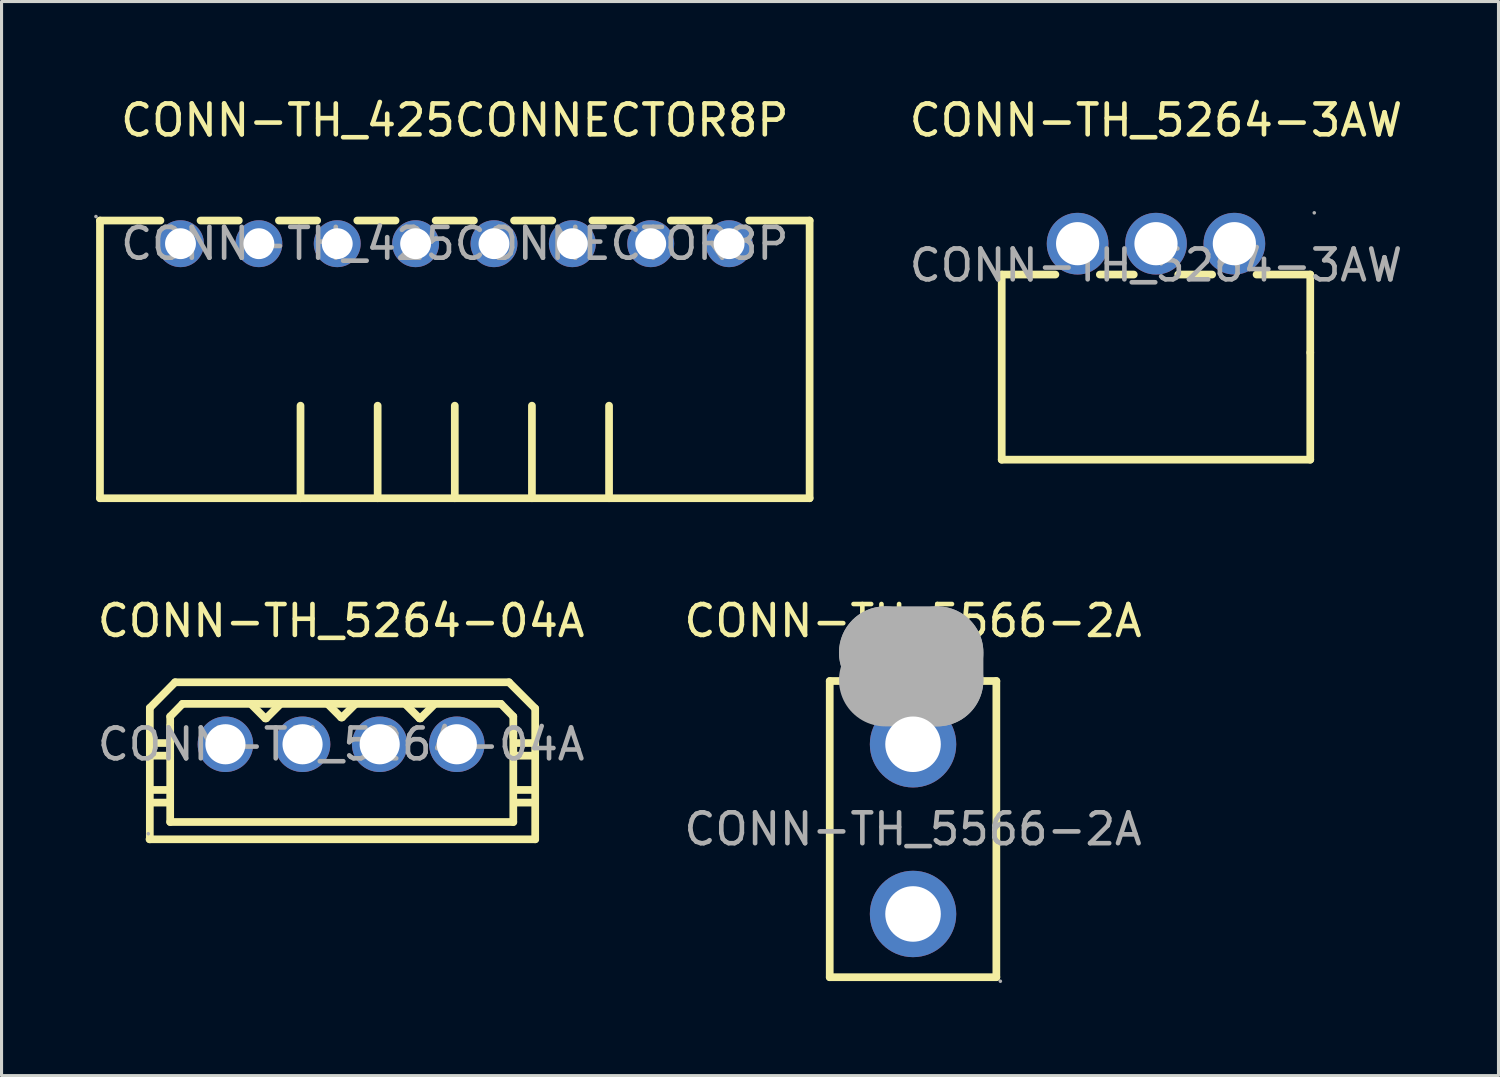
<source format=kicad_pcb>
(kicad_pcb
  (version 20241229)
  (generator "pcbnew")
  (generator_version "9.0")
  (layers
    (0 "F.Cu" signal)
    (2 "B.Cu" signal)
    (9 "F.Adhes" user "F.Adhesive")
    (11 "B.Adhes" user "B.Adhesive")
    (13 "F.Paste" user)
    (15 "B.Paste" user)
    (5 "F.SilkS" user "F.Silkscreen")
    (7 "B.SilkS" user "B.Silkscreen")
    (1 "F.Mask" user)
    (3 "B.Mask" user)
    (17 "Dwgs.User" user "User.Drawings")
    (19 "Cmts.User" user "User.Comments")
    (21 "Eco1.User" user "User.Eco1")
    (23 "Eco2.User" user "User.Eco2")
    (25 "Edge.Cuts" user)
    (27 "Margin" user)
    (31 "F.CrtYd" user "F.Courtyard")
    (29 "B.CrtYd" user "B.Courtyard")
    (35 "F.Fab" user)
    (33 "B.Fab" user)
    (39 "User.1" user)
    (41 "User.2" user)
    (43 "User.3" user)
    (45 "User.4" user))
  (footprint "CONN-TH_5264-04A"
    (layer "F.Cu")
    (at 8.006 21.072)
    (property "Reference" "CONN-TH_5264-04A" (at 0 -4 0) (layer "F.SilkS") (effects (font (size 1 1) (thickness 0.15))))
    (attr through_hole)
    (fp_line (start -6.21 3.08) (end 6.29 3.08) (stroke (width 0.25) (type solid)) (layer "F.SilkS"))
    (fp_line (start -6.2 -1.18) (end -6.2 3.08) (stroke (width 0.25) (type solid)) (layer "F.SilkS"))
    (fp_line (start -6.2 -1.18) (end -5.38 -2.01) (stroke (width 0.25) (type solid)) (layer "F.SilkS"))
    (fp_line (start -6.2 -0.04) (end -5.57 -0.04) (stroke (width 0.25) (type solid)) (layer "F.SilkS"))
    (fp_line (start -6.2 1.48) (end -5.54 1.48) (stroke (width 0.25) (type solid)) (layer "F.SilkS"))
    (fp_line (start -6.2 1.89) (end -5.57 1.89) (stroke (width 0.25) (type solid)) (layer "F.SilkS"))
    (fp_line (start -6.18 0.37) (end -5.54 0.37) (stroke (width 0.25) (type solid)) (layer "F.SilkS"))
    (fp_line (start -5.54 -0.9) (end -5.14 -1.31) (stroke (width 0.25) (type solid)) (layer "F.SilkS"))
    (fp_line (start -5.54 -0.65) (end -5.54 -0.9) (stroke (width 0.25) (type solid)) (layer "F.SilkS"))
    (fp_line (start -5.54 -0.6) (end -5.54 2.52) (stroke (width 0.25) (type solid)) (layer "F.SilkS"))
    (fp_line (start -5.54 2.52) (end 5.58 2.52) (stroke (width 0.25) (type solid)) (layer "F.SilkS"))
    (fp_line (start -5.38 -2.01) (end 5.44 -2.01) (stroke (width 0.25) (type solid)) (layer "F.SilkS"))
    (fp_line (start -5.14 -1.31) (end 5.18 -1.31) (stroke (width 0.25) (type solid)) (layer "F.SilkS"))
    (fp_line (start -2.88 -1.26) (end -2.46 -0.84) (stroke (width 0.25) (type solid)) (layer "F.SilkS"))
    (fp_line (start -2.46 -0.84) (end -2.43 -0.84) (stroke (width 0.25) (type solid)) (layer "F.SilkS"))
    (fp_line (start -2.43 -0.84) (end -2.01 -1.26) (stroke (width 0.25) (type solid)) (layer "F.SilkS"))
    (fp_line (start -0.42 -1.29) (end 0 -0.87) (stroke (width 0.25) (type solid)) (layer "F.SilkS"))
    (fp_line (start 0 -0.87) (end 0.03 -0.87) (stroke (width 0.25) (type solid)) (layer "F.SilkS"))
    (fp_line (start 0.03 -0.87) (end 0.45 -1.29) (stroke (width 0.25) (type solid)) (layer "F.SilkS"))
    (fp_line (start 2.12 -1.26) (end 2.54 -0.84) (stroke (width 0.25) (type solid)) (layer "F.SilkS"))
    (fp_line (start 2.54 -0.84) (end 2.57 -0.84) (stroke (width 0.25) (type solid)) (layer "F.SilkS"))
    (fp_line (start 2.57 -0.84) (end 2.99 -1.26) (stroke (width 0.25) (type solid)) (layer "F.SilkS"))
    (fp_line (start 5.18 -1.31) (end 5.58 -0.9) (stroke (width 0.25) (type solid)) (layer "F.SilkS"))
    (fp_line (start 5.44 -2.01) (end 6.29 -1.16) (stroke (width 0.25) (type solid)) (layer "F.SilkS"))
    (fp_line (start 5.58 -0.9) (end 5.58 -0.24) (stroke (width 0.25) (type solid)) (layer "F.SilkS"))
    (fp_line (start 5.58 2.52) (end 5.58 -0.37) (stroke (width 0.25) (type solid)) (layer "F.SilkS"))
    (fp_line (start 5.61 -0.04) (end 6.24 -0.04) (stroke (width 0.25) (type solid)) (layer "F.SilkS"))
    (fp_line (start 5.61 1.48) (end 6.27 1.48) (stroke (width 0.25) (type solid)) (layer "F.SilkS"))
    (fp_line (start 5.61 1.89) (end 6.24 1.89) (stroke (width 0.25) (type solid)) (layer "F.SilkS"))
    (fp_line (start 5.63 0.37) (end 6.27 0.37) (stroke (width 0.25) (type solid)) (layer "F.SilkS"))
    (fp_line (start 6.29 -1.16) (end 6.29 3.08) (stroke (width 0.25) (type solid)) (layer "F.SilkS"))
    (fp_circle (center -6.25 2.9) (end -6.22 2.9) (stroke (width 0.06) (type solid)) (fill no) (layer "F.Fab"))
    (fp_circle (center -3.75 0) (end -3.5 0) (stroke (width 0.5) (type solid)) (fill no) (layer "F.Fab"))
    (fp_circle (center -1.25 0) (end -1 0) (stroke (width 0.5) (type solid)) (fill no) (layer "F.Fab"))
    (fp_circle (center 1.25 0) (end 1.5 0) (stroke (width 0.5) (type solid)) (fill no) (layer "F.Fab"))
    (fp_circle (center 3.75 0) (end 4 0) (stroke (width 0.5) (type solid)) (fill no) (layer "F.Fab"))
    (fp_text user "${REFERENCE}" (at 0 0 0) (layer "F.Fab") (effects (font (size 1 1) (thickness 0.15))))
    (pad "1" thru_hole circle (at -3.75 0) (size 1.8 1.8) (drill 1.3) (layers "*.Cu" "*.Paste" "*.Mask"))
    (pad "2" thru_hole circle (at -1.25 0) (size 1.8 1.8) (drill 1.3) (layers "*.Cu" "*.Paste" "*.Mask"))
    (pad "3" thru_hole circle (at 1.25 0) (size 1.8 1.8) (drill 1.3) (layers "*.Cu" "*.Paste" "*.Mask"))
    (pad "4" thru_hole circle (at 3.75 0) (size 1.8 1.8) (drill 1.3) (layers "*.Cu" "*.Paste" "*.Mask")))
  (footprint "CONN-TH_5566-2A"
    (layer "F.Cu")
    (at 26.542 23.822)
    (property "Reference" "CONN-TH_5566-2A" (at 0 -6.75 0) (layer "F.SilkS") (effects (font (size 1 1) (thickness 0.15))))
    (attr through_hole)
    (fp_line (start -2.7 -4.8) (end -2.7 4.8) (stroke (width 0.25) (type solid)) (layer "F.SilkS"))
    (fp_line (start -2.7 -4.8) (end 2.7 -4.8) (stroke (width 0.25) (type solid)) (layer "F.SilkS"))
    (fp_line (start 2.7 4.8) (end -2.7 4.8) (stroke (width 0.25) (type solid)) (layer "F.SilkS"))
    (fp_line (start 2.7 4.8) (end 2.7 -4.8) (stroke (width 0.25) (type solid)) (layer "F.SilkS"))
    (fp_line (start -0.9 -5.72) (end -0.9 -5.72) (stroke (width 3) (type solid)) (layer "F.Fab"))
    (fp_line (start -0.9 -5.72) (end 0.78 -5.72) (stroke (width 3) (type solid)) (layer "F.Fab"))
    (fp_line (start 0.78 -5.72) (end 0.78 -4.83) (stroke (width 3) (type solid)) (layer "F.Fab"))
    (fp_line (start 0.78 -4.83) (end -0.9 -4.83) (stroke (width 3) (type solid)) (layer "F.Fab"))
    (fp_circle (center 0 -2.75) (end 0.4 -2.75) (stroke (width 0.8) (type solid)) (fill no) (layer "F.Fab"))
    (fp_circle (center 0 2.75) (end 0.4 2.75) (stroke (width 0.8) (type solid)) (fill no) (layer "F.Fab"))
    (fp_circle (center 2.83 4.93) (end 2.86 4.93) (stroke (width 0.06) (type solid)) (fill no) (layer "F.Fab"))
    (fp_text user "${REFERENCE}" (at 0 0 0) (layer "F.Fab") (effects (font (size 1 1) (thickness 0.15))))
    (pad "1" thru_hole circle (at 0 2.75 90) (size 2.8 2.8) (drill 1.8) (layers "*.Cu" "*.Paste" "*.Mask"))
    (pad "2" thru_hole circle (at 0 -2.75) (size 2.8 2.8) (drill 1.8) (layers "*.Cu" "*.Paste" "*.Mask")))
  (footprint "CONN-TH_5264-3AW"
    (layer "F.Cu")
    (at 34.416 5.548)
    (property "Reference" "CONN-TH_5264-3AW" (at 0 -4.7 0) (layer "F.SilkS") (effects (font (size 1 1) (thickness 0.15))))
    (attr through_hole)
    (fp_line (start -5 0.3) (end -5 6.3) (stroke (width 0.25) (type solid)) (layer "F.SilkS"))
    (fp_line (start -5 6.3) (end 5 6.3) (stroke (width 0.25) (type solid)) (layer "F.SilkS"))
    (fp_line (start -3.26 0.3) (end -5 0.3) (stroke (width 0.25) (type solid)) (layer "F.SilkS"))
    (fp_line (start -0.72 0.3) (end -1.82 0.3) (stroke (width 0.25) (type solid)) (layer "F.SilkS"))
    (fp_line (start 1.82 0.3) (end 0.72 0.3) (stroke (width 0.25) (type solid)) (layer "F.SilkS"))
    (fp_line (start 5 0.3) (end 3.26 0.3) (stroke (width 0.25) (type solid)) (layer "F.SilkS"))
    (fp_line (start 5 2.83) (end 5 0.3) (stroke (width 0.25) (type solid)) (layer "F.SilkS"))
    (fp_line (start 5 6.3) (end 5 2.83) (stroke (width 0.25) (type solid)) (layer "F.SilkS"))
    (fp_circle (center -2.54 -0.7) (end -2.24 -0.7) (stroke (width 0.6) (type solid)) (fill no) (layer "F.Fab"))
    (fp_circle (center 0 -0.7) (end 0.3 -0.7) (stroke (width 0.6) (type solid)) (fill no) (layer "F.Fab"))
    (fp_circle (center 2.54 -0.7) (end 2.84 -0.7) (stroke (width 0.6) (type solid)) (fill no) (layer "F.Fab"))
    (fp_circle (center 5.13 -1.7) (end 5.16 -1.7) (stroke (width 0.06) (type solid)) (fill no) (layer "F.Fab"))
    (fp_text user "${REFERENCE}" (at 0 0 0) (layer "F.Fab") (effects (font (size 1 1) (thickness 0.15))))
    (pad "1" thru_hole circle (at 2.54 -0.7 180) (size 2 2) (drill 1.4) (layers "*.Cu" "*.Paste" "*.Mask"))
    (pad "2" thru_hole circle (at 0 -0.7 180) (size 2 2) (drill 1.4) (layers "*.Cu" "*.Paste" "*.Mask"))
    (pad "3" thru_hole circle (at -2.54 -0.7 180) (size 2 2) (drill 1.4) (layers "*.Cu" "*.Paste" "*.Mask")))
  (footprint "CONN-TH_425CONNECTOR8P"
    (layer "F.Cu")
    (at 11.69 4.848)
    (property "Reference" "CONN-TH_425CONNECTOR8P" (at 0 -4 0) (layer "F.SilkS") (effects (font (size 1 1) (thickness 0.15))))
    (attr through_hole)
    (fp_line (start -11.5 -0.75) (end -11.5 8.25) (stroke (width 0.25) (type solid)) (layer "F.SilkS"))
    (fp_line (start -11.5 8.25) (end 11.5 8.25) (stroke (width 0.25) (type solid)) (layer "F.SilkS"))
    (fp_line (start -9.54 -0.75) (end -11.5 -0.75) (stroke (width 0.25) (type solid)) (layer "F.SilkS"))
    (fp_line (start -7 -0.75) (end -8.24 -0.75) (stroke (width 0.25) (type solid)) (layer "F.SilkS"))
    (fp_line (start -5 8.25) (end -5 5.25) (stroke (width 0.25) (type solid)) (layer "F.SilkS"))
    (fp_line (start -4.46 -0.75) (end -5.7 -0.75) (stroke (width 0.25) (type solid)) (layer "F.SilkS"))
    (fp_line (start -2.5 8.25) (end -2.5 5.25) (stroke (width 0.25) (type solid)) (layer "F.SilkS"))
    (fp_line (start -1.92 -0.75) (end -3.16 -0.75) (stroke (width 0.25) (type solid)) (layer "F.SilkS"))
    (fp_line (start 0 8.25) (end 0 5.25) (stroke (width 0.25) (type solid)) (layer "F.SilkS"))
    (fp_line (start 0.62 -0.75) (end -0.62 -0.75) (stroke (width 0.25) (type solid)) (layer "F.SilkS"))
    (fp_line (start 2.5 8.25) (end 2.5 5.25) (stroke (width 0.25) (type solid)) (layer "F.SilkS"))
    (fp_line (start 3.16 -0.75) (end 1.92 -0.75) (stroke (width 0.25) (type solid)) (layer "F.SilkS"))
    (fp_line (start 5 8.25) (end 5 5.25) (stroke (width 0.25) (type solid)) (layer "F.SilkS"))
    (fp_line (start 5.71 -0.75) (end 4.46 -0.75) (stroke (width 0.25) (type solid)) (layer "F.SilkS"))
    (fp_line (start 8.24 -0.75) (end 7 -0.75) (stroke (width 0.25) (type solid)) (layer "F.SilkS"))
    (fp_line (start 11.5 -0.75) (end 9.54 -0.75) (stroke (width 0.25) (type solid)) (layer "F.SilkS"))
    (fp_line (start 11.5 -0.75) (end 11.5 8.25) (stroke (width 0.25) (type solid)) (layer "F.SilkS"))
    (fp_circle (center -11.63 -0.88) (end -11.6 -0.88) (stroke (width 0.06) (type solid)) (fill no) (layer "F.Fab"))
    (fp_circle (center -8.89 0) (end -8.69 0) (stroke (width 0.4) (type solid)) (fill no) (layer "F.Fab"))
    (fp_circle (center -6.35 0) (end -6.15 0) (stroke (width 0.4) (type solid)) (fill no) (layer "F.Fab"))
    (fp_circle (center -3.81 0) (end -3.61 0) (stroke (width 0.4) (type solid)) (fill no) (layer "F.Fab"))
    (fp_circle (center -1.27 0) (end -1.07 0) (stroke (width 0.4) (type solid)) (fill no) (layer "F.Fab"))
    (fp_circle (center 1.27 0) (end 1.47 0) (stroke (width 0.4) (type solid)) (fill no) (layer "F.Fab"))
    (fp_circle (center 3.81 0) (end 4.01 0) (stroke (width 0.4) (type solid)) (fill no) (layer "F.Fab"))
    (fp_circle (center 6.35 0) (end 6.55 0) (stroke (width 0.4) (type solid)) (fill no) (layer "F.Fab"))
    (fp_circle (center 8.89 0) (end 9.09 0) (stroke (width 0.4) (type solid)) (fill no) (layer "F.Fab"))
    (fp_text user "${REFERENCE}" (at 0 0 0) (layer "F.Fab") (effects (font (size 1 1) (thickness 0.15))))
    (pad "1" thru_hole circle (at -8.89 0) (size 1.52 1.52) (drill 1) (layers "*.Cu" "*.Paste" "*.Mask"))
    (pad "2" thru_hole circle (at -6.35 0) (size 1.52 1.52) (drill 1) (layers "*.Cu" "*.Paste" "*.Mask"))
    (pad "3" thru_hole circle (at -3.81 0) (size 1.52 1.52) (drill 1) (layers "*.Cu" "*.Paste" "*.Mask"))
    (pad "4" thru_hole circle (at -1.27 0) (size 1.52 1.52) (drill 1) (layers "*.Cu" "*.Paste" "*.Mask"))
    (pad "5" thru_hole circle (at 1.27 0) (size 1.52 1.52) (drill 1) (layers "*.Cu" "*.Paste" "*.Mask"))
    (pad "6" thru_hole circle (at 3.81 0) (size 1.52 1.52) (drill 1) (layers "*.Cu" "*.Paste" "*.Mask"))
    (pad "7" thru_hole circle (at 6.35 0) (size 1.52 1.52) (drill 1) (layers "*.Cu" "*.Paste" "*.Mask"))
    (pad "8" thru_hole circle (at 8.89 0) (size 1.52 1.52) (drill 1) (layers "*.Cu" "*.Paste" "*.Mask")))
  (gr_rect
    (start -3 -3)
    (end 45.517 31.811)
    (stroke (width 0.1) (type default))
    (fill no)
    (layer "Edge.Cuts")))
</source>
